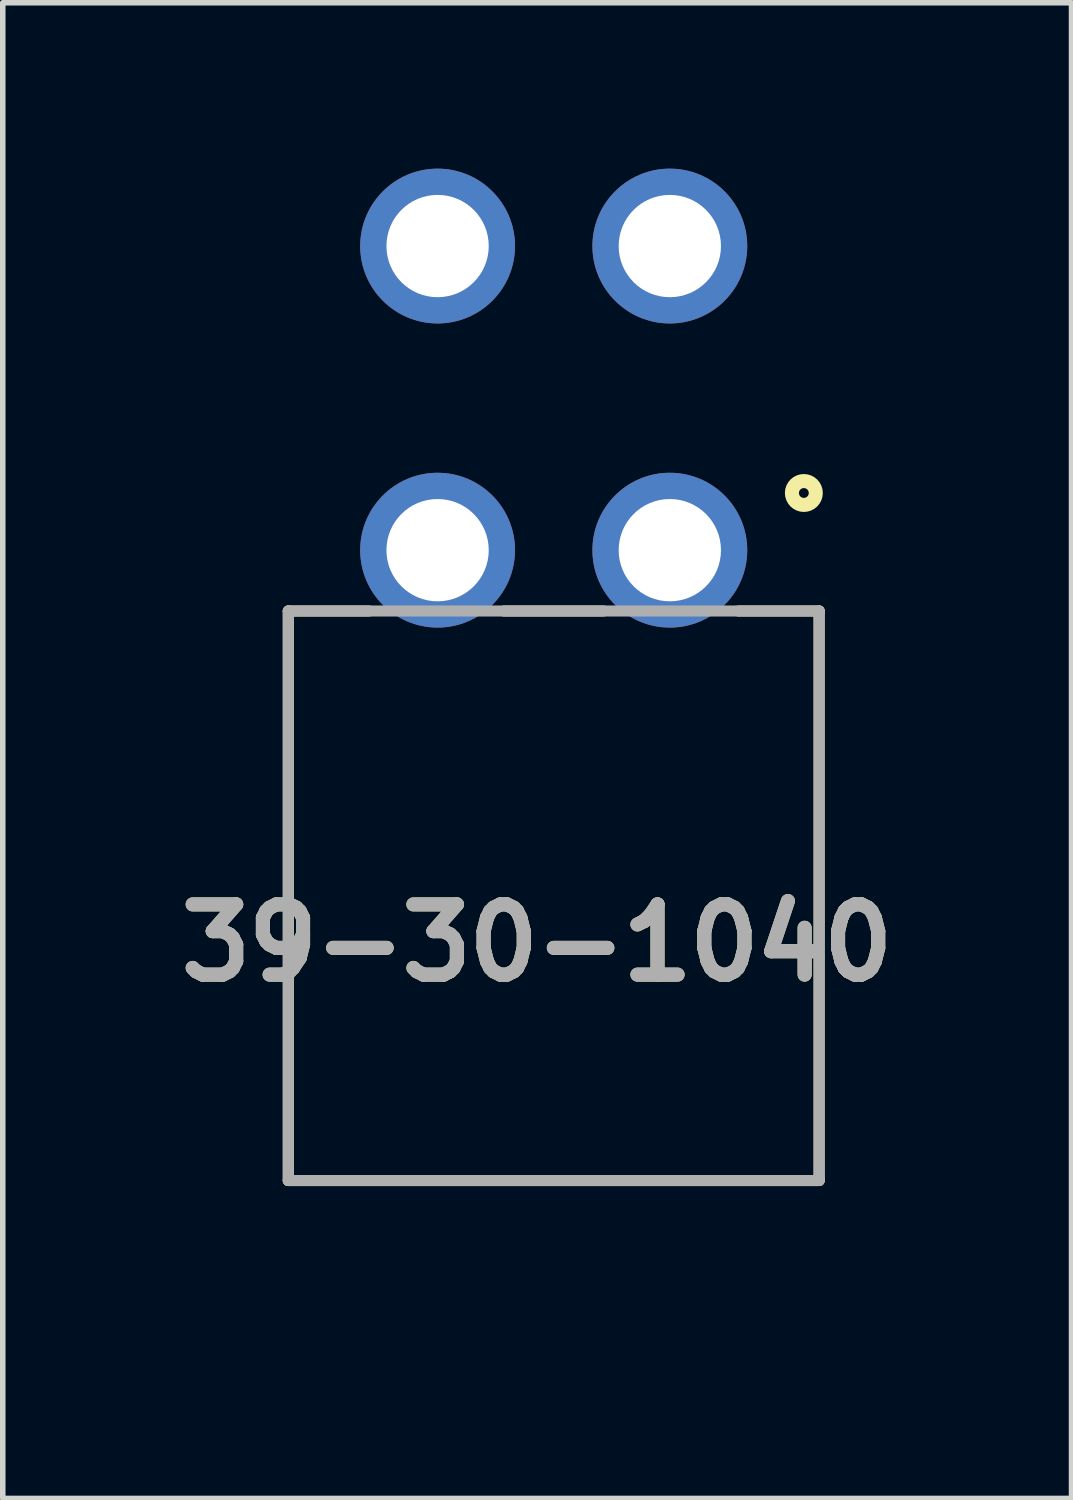
<source format=kicad_pcb>
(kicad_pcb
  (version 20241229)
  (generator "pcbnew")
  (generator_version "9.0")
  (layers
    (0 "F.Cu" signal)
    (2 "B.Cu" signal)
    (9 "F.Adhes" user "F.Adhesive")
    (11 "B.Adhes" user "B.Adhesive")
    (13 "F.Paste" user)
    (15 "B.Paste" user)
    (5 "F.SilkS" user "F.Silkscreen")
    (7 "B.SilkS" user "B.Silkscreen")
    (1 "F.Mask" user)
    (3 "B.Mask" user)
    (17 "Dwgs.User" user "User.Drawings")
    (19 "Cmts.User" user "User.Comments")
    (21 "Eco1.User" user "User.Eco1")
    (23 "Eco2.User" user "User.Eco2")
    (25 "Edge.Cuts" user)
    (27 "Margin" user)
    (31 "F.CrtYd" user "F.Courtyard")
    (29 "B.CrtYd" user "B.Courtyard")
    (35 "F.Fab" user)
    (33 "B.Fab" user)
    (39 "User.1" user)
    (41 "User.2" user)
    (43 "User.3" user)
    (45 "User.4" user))
  (footprint "39-30-1040"
    (layer "F.Cu")
    (at 6.964 20.8)
    (property "Reference" "39-30-1040" (at -0.3 -6.798 0) (layer "F.SilkS") (effects (font (size 1.27 1.27) (thickness 0.254))))
    (attr through_hole)
    (fp_line (start -4.8 -12.8) (end -4.8 -2.5) (stroke (width 0.2) (type solid)) (layer "F.SilkS"))
    (fp_line (start -4.8 -12.8) (end -3.34 -12.8) (stroke (width 0.2) (type solid)) (layer "F.SilkS"))
    (fp_line (start -4.8 -2.5) (end 4.8 -2.5) (stroke (width 0.2) (type solid)) (layer "F.SilkS"))
    (fp_line (start -0.9 -12.8) (end 0.9 -12.8) (stroke (width 0.2) (type solid)) (layer "F.SilkS"))
    (fp_line (start 4.8 -12.8) (end 3.34 -12.8) (stroke (width 0.2) (type solid)) (layer "F.SilkS"))
    (fp_line (start 4.8 -2.5) (end 4.8 -12.8) (stroke (width 0.2) (type solid)) (layer "F.SilkS"))
    (fp_circle (center 4.524 -14.934) (end 4.524 -14.845) (stroke (width 0.254) (type solid)) (fill no) (layer "F.SilkS"))
    (fp_line (start -4.8 -12.8) (end 4.8 -12.8) (stroke (width 0.2) (type solid)) (layer "F.Fab"))
    (fp_line (start -4.8 -2.5) (end -4.8 -12.8) (stroke (width 0.2) (type solid)) (layer "F.Fab"))
    (fp_line (start 4.8 -12.8) (end 4.8 -2.5) (stroke (width 0.2) (type solid)) (layer "F.Fab"))
    (fp_line (start 4.8 -2.5) (end -4.8 -2.5) (stroke (width 0.2) (type solid)) (layer "F.Fab"))
    (fp_text user "${REFERENCE}" (at -0.3 -6.798 0) (layer "F.Fab") (effects (font (size 1.27 1.27) (thickness 0.254))))
    (pad "" np_thru_hole circle (at 0 -6.6) (size 0.001 0.001) (drill 3.05) (layers "*.Cu" "*.Mask"))
    (pad "1" thru_hole circle (at 2.1 -13.9) (size 2.8 2.8) (drill 1.85) (layers "*.Cu" "*.Mask"))
    (pad "2" thru_hole circle (at -2.1 -13.9) (size 2.8 2.8) (drill 1.85) (layers "*.Cu" "*.Mask"))
    (pad "3" thru_hole circle (at 2.1 -19.4) (size 2.8 2.8) (drill 1.85) (layers "*.Cu" "*.Mask"))
    (pad "4" thru_hole circle (at -2.1 -19.4) (size 2.8 2.8) (drill 1.85) (layers "*.Cu" "*.Mask")))
  (gr_rect
    (start -3 -3)
    (end 16.329 24.05)
    (stroke (width 0.1) (type default))
    (fill no)
    (layer "Edge.Cuts")))
</source>
